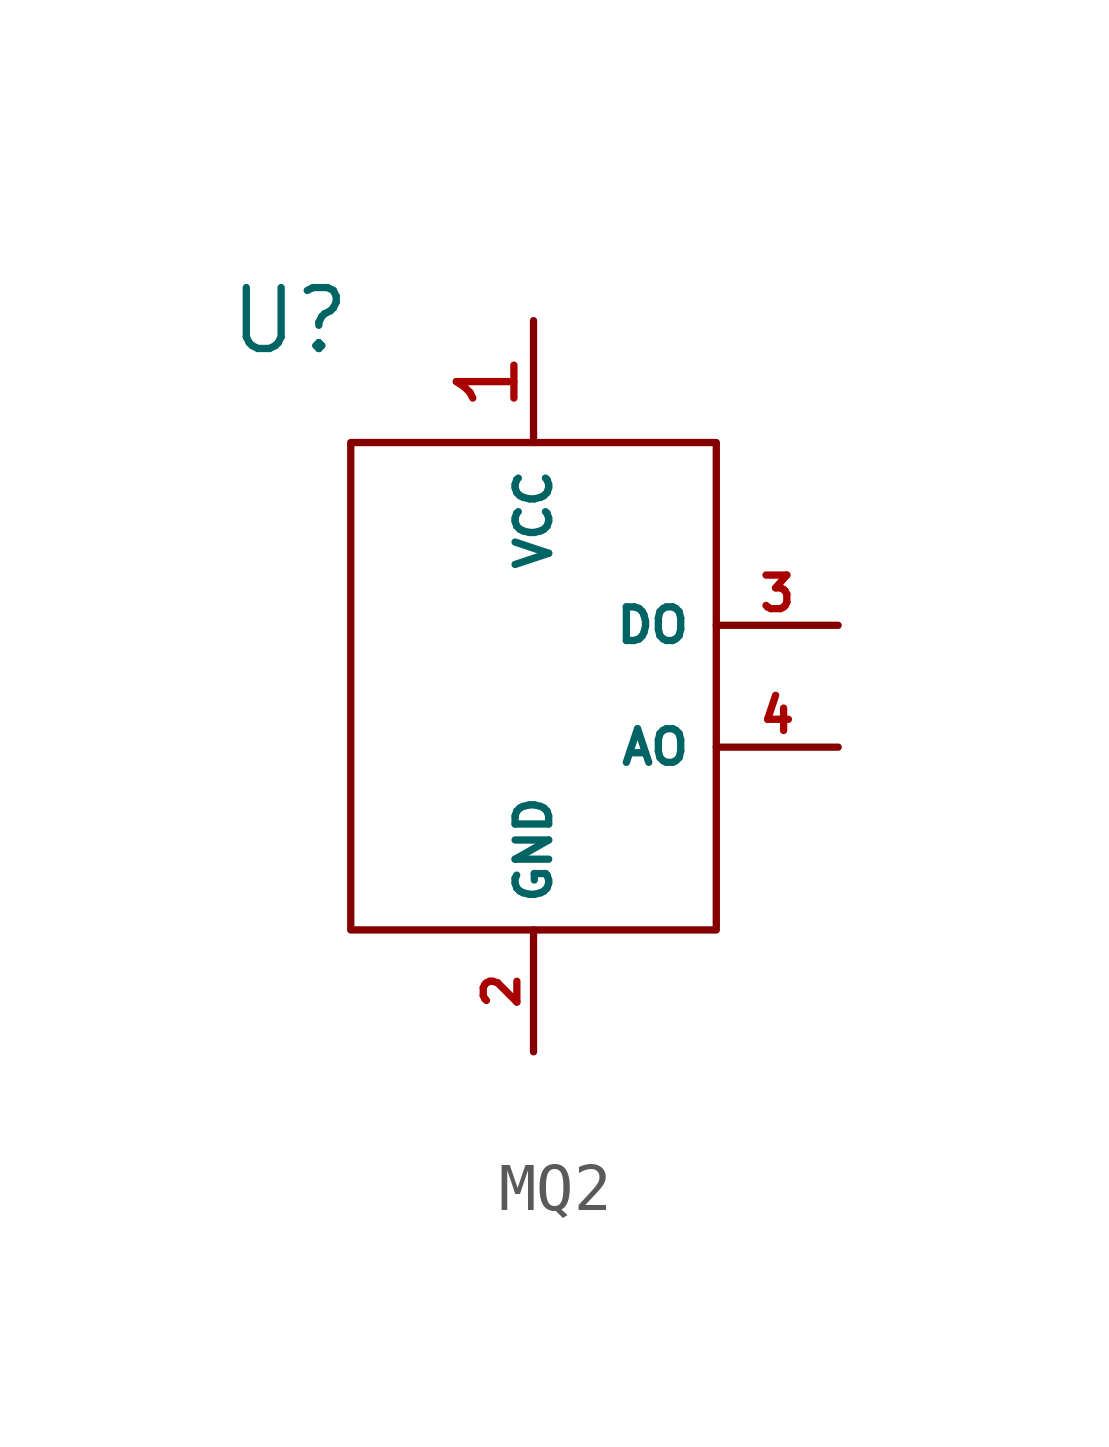
<source format=kicad_sym>
(kicad_symbol_lib
  (version 20220914)
  (generator kicad_symbol_editor)
  (symbol "MQ2"
    (property "Reference" "U"
      (at -3.81 5.08 0)
      (effects (font (size 1.27 1.27))))
    (property "Value" ""
      (at 0 0 0)
      (effects (font (size 1.27 1.27))))
    (symbol "MQ2_0_1"
      (rectangle (start -2.54 2.54) (end 5.08 -7.62) (stroke (width 0) (type default)) (fill (type none))))
    (symbol "MQ2_1_1"
      (pin power_in line (at 1.27 5.08 270) (length 2.54) (name "VCC" (effects (font (size 0.7 0.7)))) (number "1" (effects (font (size 1.2 1.2)))))
      (pin power_in line (at 1.27 -10.16 90) (length 2.54) (name "GND" (effects (font (size 0.7 0.7)))) (number "2" (effects (font (size 0.7 0.7)))))
      (pin output line (at 7.62 -1.27 180) (length 2.54) (name "DO" (effects (font (size 0.7 0.7)))) (number "3" (effects (font (size 0.7 0.7)))))
      (pin output line (at 7.62 -3.81 180) (length 2.54) (name "AO" (effects (font (size 0.7 0.7)))) (number "4" (effects (font (size 0.7 0.7))))))))
</source>
